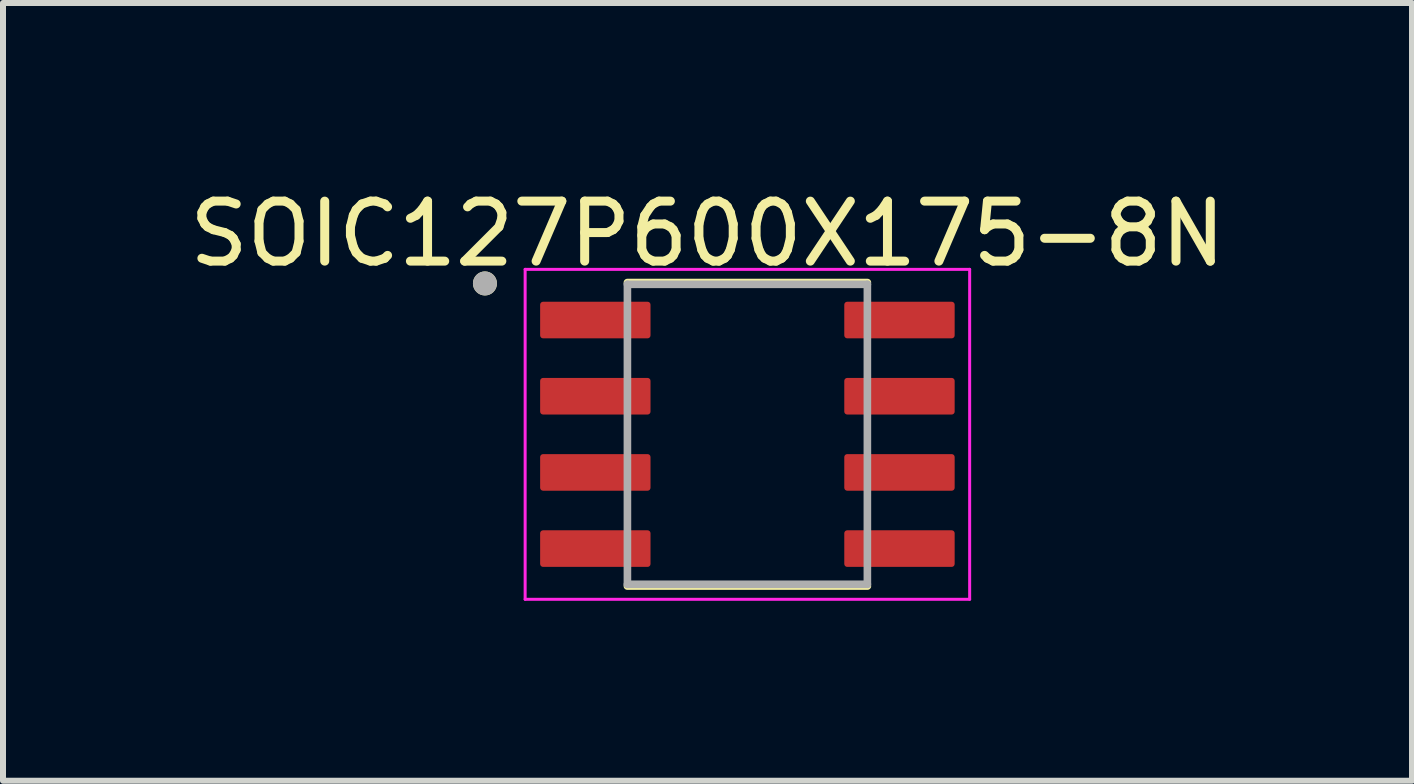
<source format=kicad_pcb>
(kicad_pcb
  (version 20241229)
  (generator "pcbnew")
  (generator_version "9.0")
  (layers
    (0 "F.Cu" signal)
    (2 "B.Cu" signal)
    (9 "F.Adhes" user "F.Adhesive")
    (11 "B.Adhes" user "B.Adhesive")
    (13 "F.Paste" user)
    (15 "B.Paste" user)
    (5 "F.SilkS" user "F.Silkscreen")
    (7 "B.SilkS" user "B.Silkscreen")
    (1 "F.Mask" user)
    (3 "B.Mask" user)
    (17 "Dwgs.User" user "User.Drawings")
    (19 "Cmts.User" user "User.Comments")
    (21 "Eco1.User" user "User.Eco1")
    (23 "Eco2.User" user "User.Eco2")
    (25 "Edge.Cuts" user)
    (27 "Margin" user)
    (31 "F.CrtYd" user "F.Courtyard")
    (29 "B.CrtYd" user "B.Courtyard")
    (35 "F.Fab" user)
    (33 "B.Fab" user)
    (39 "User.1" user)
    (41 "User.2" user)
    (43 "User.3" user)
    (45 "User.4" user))
  (footprint "SOIC127P600X175-8N"
    (layer "F.Cu")
    (at 9.409 4.19)
    (property "Reference" "SOIC127P600X175-8N" (at -0.665 -3.342 0) (layer "F.SilkS") (effects (font (size 1 1) (thickness 0.15))))
    (attr through_hole)
    (fp_line (start -2 -2.53) (end 2 -2.53) (stroke (width 0.127) (type solid)) (layer "F.SilkS"))
    (fp_line (start -2 2.53) (end 2 2.53) (stroke (width 0.127) (type solid)) (layer "F.SilkS"))
    (fp_circle (center -4.375 -2.515) (end -4.275 -2.515) (stroke (width 0.2) (type solid)) (fill no) (layer "F.SilkS"))
    (fp_line (start -3.705 -2.75) (end -3.705 2.75) (stroke (width 0.05) (type solid)) (layer "F.CrtYd"))
    (fp_line (start -3.705 -2.75) (end 3.705 -2.75) (stroke (width 0.05) (type solid)) (layer "F.CrtYd"))
    (fp_line (start -3.705 2.75) (end 3.705 2.75) (stroke (width 0.05) (type solid)) (layer "F.CrtYd"))
    (fp_line (start 3.705 -2.75) (end 3.705 2.75) (stroke (width 0.05) (type solid)) (layer "F.CrtYd"))
    (fp_line (start -2 -2.5) (end -2 2.5) (stroke (width 0.127) (type solid)) (layer "F.Fab"))
    (fp_line (start -2 -2.5) (end 2 -2.5) (stroke (width 0.127) (type solid)) (layer "F.Fab"))
    (fp_line (start -2 2.5) (end 2 2.5) (stroke (width 0.127) (type solid)) (layer "F.Fab"))
    (fp_line (start 2 -2.5) (end 2 2.5) (stroke (width 0.127) (type solid)) (layer "F.Fab"))
    (fp_circle (center -4.375 -2.515) (end -4.275 -2.515) (stroke (width 0.2) (type solid)) (fill no) (layer "F.Fab"))
    (pad "1" smd roundrect (at -2.535 -1.905) (size 1.84 0.61) (layers "F.Cu" "F.Mask" "F.Paste") (roundrect_rratio 0.08))
    (pad "2" smd roundrect (at -2.535 -0.635) (size 1.84 0.61) (layers "F.Cu" "F.Mask" "F.Paste") (roundrect_rratio 0.08))
    (pad "3" smd roundrect (at -2.535 0.635) (size 1.84 0.61) (layers "F.Cu" "F.Mask" "F.Paste") (roundrect_rratio 0.08))
    (pad "4" smd roundrect (at -2.535 1.905) (size 1.84 0.61) (layers "F.Cu" "F.Mask" "F.Paste") (roundrect_rratio 0.08))
    (pad "5" smd roundrect (at 2.535 1.905) (size 1.84 0.61) (layers "F.Cu" "F.Mask" "F.Paste") (roundrect_rratio 0.08))
    (pad "6" smd roundrect (at 2.535 0.635) (size 1.84 0.61) (layers "F.Cu" "F.Mask" "F.Paste") (roundrect_rratio 0.08))
    (pad "7" smd roundrect (at 2.535 -0.635) (size 1.84 0.61) (layers "F.Cu" "F.Mask" "F.Paste") (roundrect_rratio 0.08))
    (pad "8" smd roundrect (at 2.535 -1.905) (size 1.84 0.61) (layers "F.Cu" "F.Mask" "F.Paste") (roundrect_rratio 0.08)))
  (gr_rect
    (start -3 -3)
    (end 20.488 9.965)
    (stroke (width 0.1) (type default))
    (fill no)
    (layer "Edge.Cuts")))
</source>
